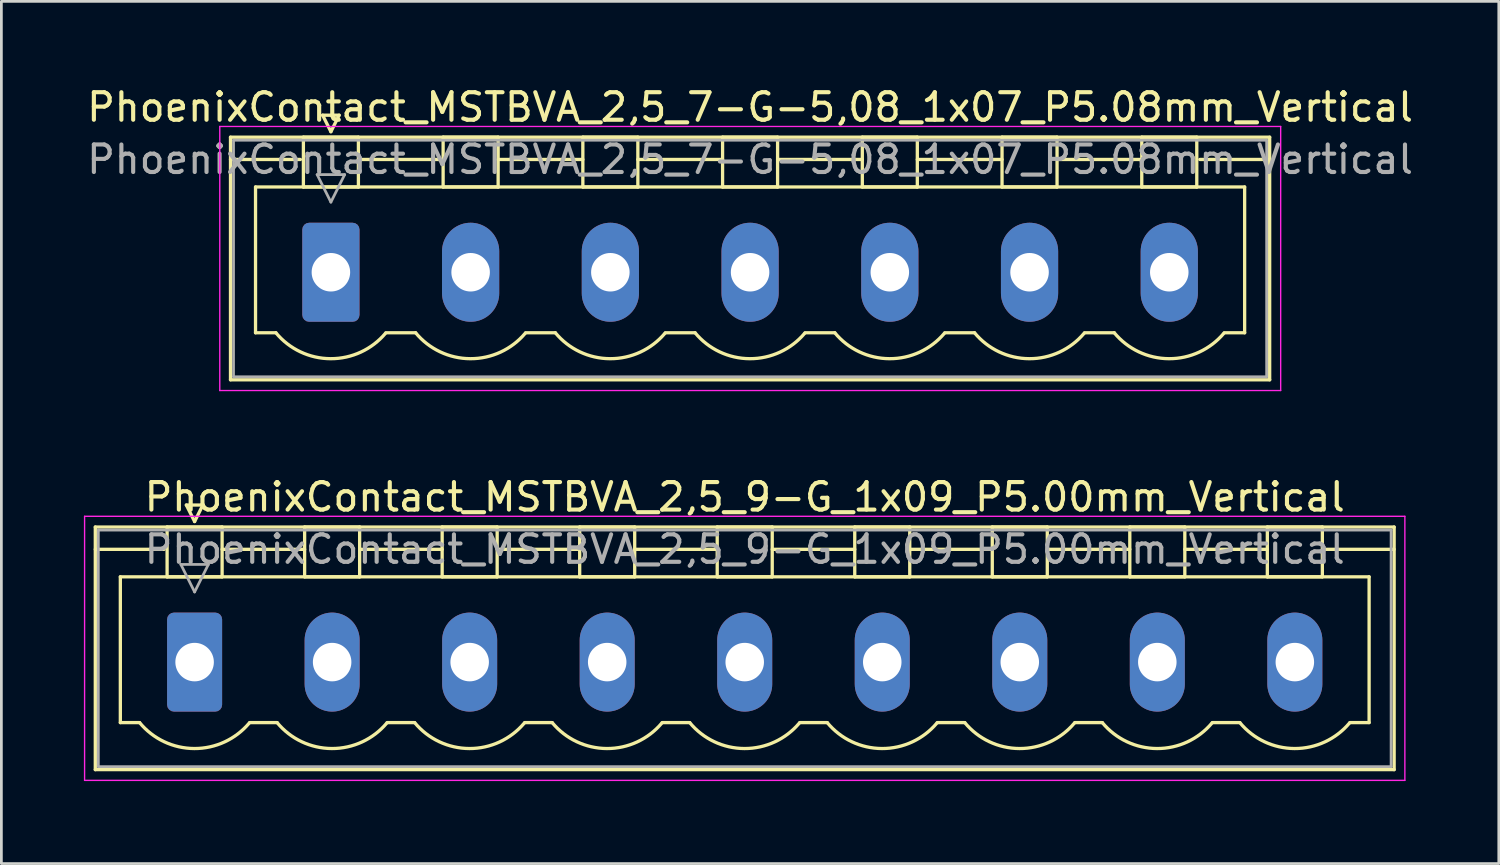
<source format=kicad_pcb>
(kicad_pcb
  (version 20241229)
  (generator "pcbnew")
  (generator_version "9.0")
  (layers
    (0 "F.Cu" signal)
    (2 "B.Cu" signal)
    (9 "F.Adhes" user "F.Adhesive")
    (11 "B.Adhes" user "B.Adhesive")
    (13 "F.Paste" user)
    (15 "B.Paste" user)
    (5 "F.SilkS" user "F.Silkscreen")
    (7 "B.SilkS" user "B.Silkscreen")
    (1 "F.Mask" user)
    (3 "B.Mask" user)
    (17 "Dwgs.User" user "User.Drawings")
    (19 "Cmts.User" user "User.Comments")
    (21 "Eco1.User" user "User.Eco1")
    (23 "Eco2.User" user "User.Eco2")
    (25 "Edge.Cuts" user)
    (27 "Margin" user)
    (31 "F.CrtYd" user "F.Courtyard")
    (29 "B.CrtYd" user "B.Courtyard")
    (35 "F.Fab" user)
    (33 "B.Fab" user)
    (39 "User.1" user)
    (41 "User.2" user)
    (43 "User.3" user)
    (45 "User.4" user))
  (footprint "PhoenixContact_MSTBVA_2,5_9-G_1x09_P5.00mm_Vertical"
    (layer "F.Cu")
    (at 4.025 21.021)
    (property "Reference" "PhoenixContact_MSTBVA_2,5_9-G_1x09_P5.00mm_Vertical" (at 20 -6 0) (layer "F.SilkS") (effects (font (size 1 1) (thickness 0.15))))
    (attr through_hole)
    (fp_line (start -3.61 -4.91) (end -3.61 3.91) (stroke (width 0.12) (type solid)) (layer "F.SilkS"))
    (fp_line (start -3.61 -4.1) (end -1.11 -4.1) (stroke (width 0.12) (type solid)) (layer "F.SilkS"))
    (fp_line (start -3.61 3.91) (end 43.61 3.91) (stroke (width 0.12) (type solid)) (layer "F.SilkS"))
    (fp_line (start -2.7 -3.1) (end 42.7 -3.1) (stroke (width 0.12) (type solid)) (layer "F.SilkS"))
    (fp_line (start -2.7 2.2) (end -2.7 -3.1) (stroke (width 0.12) (type solid)) (layer "F.SilkS"))
    (fp_line (start -2 2.2) (end -2.7 2.2) (stroke (width 0.12) (type solid)) (layer "F.SilkS"))
    (fp_line (start -1 -4.91) (end 1 -4.91) (stroke (width 0.12) (type solid)) (layer "F.SilkS"))
    (fp_line (start -1 -3.1) (end -1 -4.91) (stroke (width 0.12) (type solid)) (layer "F.SilkS"))
    (fp_line (start -0.3 -5.71) (end 0.3 -5.71) (stroke (width 0.12) (type solid)) (layer "F.SilkS"))
    (fp_line (start 0 -5.11) (end -0.3 -5.71) (stroke (width 0.12) (type solid)) (layer "F.SilkS"))
    (fp_line (start 0.3 -5.71) (end 0 -5.11) (stroke (width 0.12) (type solid)) (layer "F.SilkS"))
    (fp_line (start 1 -4.91) (end 1 -3.1) (stroke (width 0.12) (type solid)) (layer "F.SilkS"))
    (fp_line (start 1 -4.1) (end 4 -4.1) (stroke (width 0.12) (type solid)) (layer "F.SilkS"))
    (fp_line (start 1 -3.1) (end -1 -3.1) (stroke (width 0.12) (type solid)) (layer "F.SilkS"))
    (fp_line (start 2 2.2) (end 3 2.2) (stroke (width 0.12) (type solid)) (layer "F.SilkS"))
    (fp_line (start 4 -4.91) (end 6 -4.91) (stroke (width 0.12) (type solid)) (layer "F.SilkS"))
    (fp_line (start 4 -3.1) (end 4 -4.91) (stroke (width 0.12) (type solid)) (layer "F.SilkS"))
    (fp_line (start 6 -4.91) (end 6 -3.1) (stroke (width 0.12) (type solid)) (layer "F.SilkS"))
    (fp_line (start 6 -4.1) (end 9 -4.1) (stroke (width 0.12) (type solid)) (layer "F.SilkS"))
    (fp_line (start 6 -3.1) (end 4 -3.1) (stroke (width 0.12) (type solid)) (layer "F.SilkS"))
    (fp_line (start 7 2.2) (end 8 2.2) (stroke (width 0.12) (type solid)) (layer "F.SilkS"))
    (fp_line (start 9 -4.91) (end 11 -4.91) (stroke (width 0.12) (type solid)) (layer "F.SilkS"))
    (fp_line (start 9 -3.1) (end 9 -4.91) (stroke (width 0.12) (type solid)) (layer "F.SilkS"))
    (fp_line (start 11 -4.91) (end 11 -3.1) (stroke (width 0.12) (type solid)) (layer "F.SilkS"))
    (fp_line (start 11 -4.1) (end 14 -4.1) (stroke (width 0.12) (type solid)) (layer "F.SilkS"))
    (fp_line (start 11 -3.1) (end 9 -3.1) (stroke (width 0.12) (type solid)) (layer "F.SilkS"))
    (fp_line (start 12 2.2) (end 13 2.2) (stroke (width 0.12) (type solid)) (layer "F.SilkS"))
    (fp_line (start 14 -4.91) (end 16 -4.91) (stroke (width 0.12) (type solid)) (layer "F.SilkS"))
    (fp_line (start 14 -3.1) (end 14 -4.91) (stroke (width 0.12) (type solid)) (layer "F.SilkS"))
    (fp_line (start 16 -4.91) (end 16 -3.1) (stroke (width 0.12) (type solid)) (layer "F.SilkS"))
    (fp_line (start 16 -4.1) (end 19 -4.1) (stroke (width 0.12) (type solid)) (layer "F.SilkS"))
    (fp_line (start 16 -3.1) (end 14 -3.1) (stroke (width 0.12) (type solid)) (layer "F.SilkS"))
    (fp_line (start 17 2.2) (end 18 2.2) (stroke (width 0.12) (type solid)) (layer "F.SilkS"))
    (fp_line (start 19 -4.91) (end 21 -4.91) (stroke (width 0.12) (type solid)) (layer "F.SilkS"))
    (fp_line (start 19 -3.1) (end 19 -4.91) (stroke (width 0.12) (type solid)) (layer "F.SilkS"))
    (fp_line (start 21 -4.91) (end 21 -3.1) (stroke (width 0.12) (type solid)) (layer "F.SilkS"))
    (fp_line (start 21 -4.1) (end 24 -4.1) (stroke (width 0.12) (type solid)) (layer "F.SilkS"))
    (fp_line (start 21 -3.1) (end 19 -3.1) (stroke (width 0.12) (type solid)) (layer "F.SilkS"))
    (fp_line (start 22 2.2) (end 23 2.2) (stroke (width 0.12) (type solid)) (layer "F.SilkS"))
    (fp_line (start 24 -4.91) (end 26 -4.91) (stroke (width 0.12) (type solid)) (layer "F.SilkS"))
    (fp_line (start 24 -3.1) (end 24 -4.91) (stroke (width 0.12) (type solid)) (layer "F.SilkS"))
    (fp_line (start 26 -4.91) (end 26 -3.1) (stroke (width 0.12) (type solid)) (layer "F.SilkS"))
    (fp_line (start 26 -4.1) (end 29 -4.1) (stroke (width 0.12) (type solid)) (layer "F.SilkS"))
    (fp_line (start 26 -3.1) (end 24 -3.1) (stroke (width 0.12) (type solid)) (layer "F.SilkS"))
    (fp_line (start 27 2.2) (end 28 2.2) (stroke (width 0.12) (type solid)) (layer "F.SilkS"))
    (fp_line (start 29 -4.91) (end 31 -4.91) (stroke (width 0.12) (type solid)) (layer "F.SilkS"))
    (fp_line (start 29 -3.1) (end 29 -4.91) (stroke (width 0.12) (type solid)) (layer "F.SilkS"))
    (fp_line (start 31 -4.91) (end 31 -3.1) (stroke (width 0.12) (type solid)) (layer "F.SilkS"))
    (fp_line (start 31 -4.1) (end 34 -4.1) (stroke (width 0.12) (type solid)) (layer "F.SilkS"))
    (fp_line (start 31 -3.1) (end 29 -3.1) (stroke (width 0.12) (type solid)) (layer "F.SilkS"))
    (fp_line (start 32 2.2) (end 33 2.2) (stroke (width 0.12) (type solid)) (layer "F.SilkS"))
    (fp_line (start 34 -4.91) (end 36 -4.91) (stroke (width 0.12) (type solid)) (layer "F.SilkS"))
    (fp_line (start 34 -3.1) (end 34 -4.91) (stroke (width 0.12) (type solid)) (layer "F.SilkS"))
    (fp_line (start 36 -4.91) (end 36 -3.1) (stroke (width 0.12) (type solid)) (layer "F.SilkS"))
    (fp_line (start 36 -4.1) (end 39 -4.1) (stroke (width 0.12) (type solid)) (layer "F.SilkS"))
    (fp_line (start 36 -3.1) (end 34 -3.1) (stroke (width 0.12) (type solid)) (layer "F.SilkS"))
    (fp_line (start 37 2.2) (end 38 2.2) (stroke (width 0.12) (type solid)) (layer "F.SilkS"))
    (fp_line (start 39 -4.91) (end 41 -4.91) (stroke (width 0.12) (type solid)) (layer "F.SilkS"))
    (fp_line (start 39 -3.1) (end 39 -4.91) (stroke (width 0.12) (type solid)) (layer "F.SilkS"))
    (fp_line (start 41 -4.91) (end 41 -3.1) (stroke (width 0.12) (type solid)) (layer "F.SilkS"))
    (fp_line (start 41 -3.1) (end 39 -3.1) (stroke (width 0.12) (type solid)) (layer "F.SilkS"))
    (fp_line (start 42.7 -3.1) (end 42.7 2.2) (stroke (width 0.12) (type solid)) (layer "F.SilkS"))
    (fp_line (start 42.7 2.2) (end 42 2.2) (stroke (width 0.12) (type solid)) (layer "F.SilkS"))
    (fp_line (start 43.61 -4.91) (end -3.61 -4.91) (stroke (width 0.12) (type solid)) (layer "F.SilkS"))
    (fp_line (start 43.61 -4.1) (end 41.11 -4.1) (stroke (width 0.12) (type solid)) (layer "F.SilkS"))
    (fp_line (start 43.61 3.91) (end 43.61 -4.91) (stroke (width 0.12) (type solid)) (layer "F.SilkS"))
    (fp_arc (start 1.986842 2.215821) (mid -0.010289 3.142758) (end -2 2.2) (stroke (width 0.12) (type solid)) (layer "F.SilkS"))
    (fp_arc (start 6.986842 2.215821) (mid 4.989711 3.142758) (end 3 2.2) (stroke (width 0.12) (type solid)) (layer "F.SilkS"))
    (fp_arc (start 11.986842 2.215821) (mid 9.989711 3.142758) (end 8 2.2) (stroke (width 0.12) (type solid)) (layer "F.SilkS"))
    (fp_arc (start 16.986842 2.215821) (mid 14.989711 3.142758) (end 13 2.2) (stroke (width 0.12) (type solid)) (layer "F.SilkS"))
    (fp_arc (start 21.986842 2.215821) (mid 19.989711 3.142758) (end 18 2.2) (stroke (width 0.12) (type solid)) (layer "F.SilkS"))
    (fp_arc (start 26.986842 2.215821) (mid 24.989711 3.142758) (end 23 2.2) (stroke (width 0.12) (type solid)) (layer "F.SilkS"))
    (fp_arc (start 31.986842 2.215821) (mid 29.989711 3.142758) (end 28 2.2) (stroke (width 0.12) (type solid)) (layer "F.SilkS"))
    (fp_arc (start 36.986842 2.215821) (mid 34.989711 3.142758) (end 33 2.2) (stroke (width 0.12) (type solid)) (layer "F.SilkS"))
    (fp_arc (start 41.986842 2.215821) (mid 39.989711 3.142758) (end 38 2.2) (stroke (width 0.12) (type solid)) (layer "F.SilkS"))
    (fp_line (start -4 -5.3) (end -4 4.3) (stroke (width 0.05) (type solid)) (layer "F.CrtYd"))
    (fp_line (start -4 4.3) (end 44 4.3) (stroke (width 0.05) (type solid)) (layer "F.CrtYd"))
    (fp_line (start 44 -5.3) (end -4 -5.3) (stroke (width 0.05) (type solid)) (layer "F.CrtYd"))
    (fp_line (start 44 4.3) (end 44 -5.3) (stroke (width 0.05) (type solid)) (layer "F.CrtYd"))
    (fp_line (start -3.5 -4.8) (end -3.5 3.8) (stroke (width 0.1) (type solid)) (layer "F.Fab"))
    (fp_line (start -3.5 3.8) (end 43.5 3.8) (stroke (width 0.1) (type solid)) (layer "F.Fab"))
    (fp_line (start -0.5 -3.55) (end 0.5 -3.55) (stroke (width 0.1) (type solid)) (layer "F.Fab"))
    (fp_line (start 0 -2.55) (end -0.5 -3.55) (stroke (width 0.1) (type solid)) (layer "F.Fab"))
    (fp_line (start 0.5 -3.55) (end 0 -2.55) (stroke (width 0.1) (type solid)) (layer "F.Fab"))
    (fp_line (start 43.5 -4.8) (end -3.5 -4.8) (stroke (width 0.1) (type solid)) (layer "F.Fab"))
    (fp_line (start 43.5 3.8) (end 43.5 -4.8) (stroke (width 0.1) (type solid)) (layer "F.Fab"))
    (fp_text user "${REFERENCE}" (at 20 -4.1 0) (layer "F.Fab") (effects (font (size 1 1) (thickness 0.15))))
    (pad "1" thru_hole roundrect (at 0 0) (size 2 3.6) (drill 1.4) (layers "*.Cu" "*.Mask") (roundrect_rratio 0.125))
    (pad "2" thru_hole oval (at 5 0) (size 2 3.6) (drill 1.4) (layers "*.Cu" "*.Mask"))
    (pad "3" thru_hole oval (at 10 0) (size 2 3.6) (drill 1.4) (layers "*.Cu" "*.Mask"))
    (pad "4" thru_hole oval (at 15 0) (size 2 3.6) (drill 1.4) (layers "*.Cu" "*.Mask"))
    (pad "5" thru_hole oval (at 20 0) (size 2 3.6) (drill 1.4) (layers "*.Cu" "*.Mask"))
    (pad "6" thru_hole oval (at 25 0) (size 2 3.6) (drill 1.4) (layers "*.Cu" "*.Mask"))
    (pad "7" thru_hole oval (at 30 0) (size 2 3.6) (drill 1.4) (layers "*.Cu" "*.Mask"))
    (pad "8" thru_hole oval (at 35 0) (size 2 3.6) (drill 1.4) (layers "*.Cu" "*.Mask"))
    (pad "9" thru_hole oval (at 40 0) (size 2 3.6) (drill 1.4) (layers "*.Cu" "*.Mask")))
  (footprint "PhoenixContact_MSTBVA_2,5_7-G-5,08_1x07_P5.08mm_Vertical"
    (layer "F.Cu")
    (at 8.98 6.848)
    (property "Reference" "PhoenixContact_MSTBVA_2,5_7-G-5,08_1x07_P5.08mm_Vertical" (at 15.24 -6 0) (layer "F.SilkS") (effects (font (size 1 1) (thickness 0.15))))
    (attr through_hole)
    (fp_line (start -3.65 -4.91) (end -3.65 3.91) (stroke (width 0.12) (type solid)) (layer "F.SilkS"))
    (fp_line (start -3.65 -4.1) (end -1.11 -4.1) (stroke (width 0.12) (type solid)) (layer "F.SilkS"))
    (fp_line (start -3.65 3.91) (end 34.13 3.91) (stroke (width 0.12) (type solid)) (layer "F.SilkS"))
    (fp_line (start -2.74 -3.1) (end 33.22 -3.1) (stroke (width 0.12) (type solid)) (layer "F.SilkS"))
    (fp_line (start -2.74 2.2) (end -2.74 -3.1) (stroke (width 0.12) (type solid)) (layer "F.SilkS"))
    (fp_line (start -2 2.2) (end -2.74 2.2) (stroke (width 0.12) (type solid)) (layer "F.SilkS"))
    (fp_line (start -1 -4.91) (end 1 -4.91) (stroke (width 0.12) (type solid)) (layer "F.SilkS"))
    (fp_line (start -1 -3.1) (end -1 -4.91) (stroke (width 0.12) (type solid)) (layer "F.SilkS"))
    (fp_line (start -0.3 -5.71) (end 0.3 -5.71) (stroke (width 0.12) (type solid)) (layer "F.SilkS"))
    (fp_line (start 0 -5.11) (end -0.3 -5.71) (stroke (width 0.12) (type solid)) (layer "F.SilkS"))
    (fp_line (start 0.3 -5.71) (end 0 -5.11) (stroke (width 0.12) (type solid)) (layer "F.SilkS"))
    (fp_line (start 1 -4.91) (end 1 -3.1) (stroke (width 0.12) (type solid)) (layer "F.SilkS"))
    (fp_line (start 1 -4.1) (end 4.08 -4.1) (stroke (width 0.12) (type solid)) (layer "F.SilkS"))
    (fp_line (start 1 -3.1) (end -1 -3.1) (stroke (width 0.12) (type solid)) (layer "F.SilkS"))
    (fp_line (start 2 2.2) (end 3.08 2.2) (stroke (width 0.12) (type solid)) (layer "F.SilkS"))
    (fp_line (start 4.08 -4.91) (end 6.08 -4.91) (stroke (width 0.12) (type solid)) (layer "F.SilkS"))
    (fp_line (start 4.08 -3.1) (end 4.08 -4.91) (stroke (width 0.12) (type solid)) (layer "F.SilkS"))
    (fp_line (start 6.08 -4.91) (end 6.08 -3.1) (stroke (width 0.12) (type solid)) (layer "F.SilkS"))
    (fp_line (start 6.08 -4.1) (end 9.16 -4.1) (stroke (width 0.12) (type solid)) (layer "F.SilkS"))
    (fp_line (start 6.08 -3.1) (end 4.08 -3.1) (stroke (width 0.12) (type solid)) (layer "F.SilkS"))
    (fp_line (start 7.08 2.2) (end 8.16 2.2) (stroke (width 0.12) (type solid)) (layer "F.SilkS"))
    (fp_line (start 9.16 -4.91) (end 11.16 -4.91) (stroke (width 0.12) (type solid)) (layer "F.SilkS"))
    (fp_line (start 9.16 -3.1) (end 9.16 -4.91) (stroke (width 0.12) (type solid)) (layer "F.SilkS"))
    (fp_line (start 11.16 -4.91) (end 11.16 -3.1) (stroke (width 0.12) (type solid)) (layer "F.SilkS"))
    (fp_line (start 11.16 -4.1) (end 14.24 -4.1) (stroke (width 0.12) (type solid)) (layer "F.SilkS"))
    (fp_line (start 11.16 -3.1) (end 9.16 -3.1) (stroke (width 0.12) (type solid)) (layer "F.SilkS"))
    (fp_line (start 12.16 2.2) (end 13.24 2.2) (stroke (width 0.12) (type solid)) (layer "F.SilkS"))
    (fp_line (start 14.24 -4.91) (end 16.24 -4.91) (stroke (width 0.12) (type solid)) (layer "F.SilkS"))
    (fp_line (start 14.24 -3.1) (end 14.24 -4.91) (stroke (width 0.12) (type solid)) (layer "F.SilkS"))
    (fp_line (start 16.24 -4.91) (end 16.24 -3.1) (stroke (width 0.12) (type solid)) (layer "F.SilkS"))
    (fp_line (start 16.24 -4.1) (end 19.32 -4.1) (stroke (width 0.12) (type solid)) (layer "F.SilkS"))
    (fp_line (start 16.24 -3.1) (end 14.24 -3.1) (stroke (width 0.12) (type solid)) (layer "F.SilkS"))
    (fp_line (start 17.24 2.2) (end 18.32 2.2) (stroke (width 0.12) (type solid)) (layer "F.SilkS"))
    (fp_line (start 19.32 -4.91) (end 21.32 -4.91) (stroke (width 0.12) (type solid)) (layer "F.SilkS"))
    (fp_line (start 19.32 -3.1) (end 19.32 -4.91) (stroke (width 0.12) (type solid)) (layer "F.SilkS"))
    (fp_line (start 21.32 -4.91) (end 21.32 -3.1) (stroke (width 0.12) (type solid)) (layer "F.SilkS"))
    (fp_line (start 21.32 -4.1) (end 24.4 -4.1) (stroke (width 0.12) (type solid)) (layer "F.SilkS"))
    (fp_line (start 21.32 -3.1) (end 19.32 -3.1) (stroke (width 0.12) (type solid)) (layer "F.SilkS"))
    (fp_line (start 22.32 2.2) (end 23.4 2.2) (stroke (width 0.12) (type solid)) (layer "F.SilkS"))
    (fp_line (start 24.4 -4.91) (end 26.4 -4.91) (stroke (width 0.12) (type solid)) (layer "F.SilkS"))
    (fp_line (start 24.4 -3.1) (end 24.4 -4.91) (stroke (width 0.12) (type solid)) (layer "F.SilkS"))
    (fp_line (start 26.4 -4.91) (end 26.4 -3.1) (stroke (width 0.12) (type solid)) (layer "F.SilkS"))
    (fp_line (start 26.4 -4.1) (end 29.48 -4.1) (stroke (width 0.12) (type solid)) (layer "F.SilkS"))
    (fp_line (start 26.4 -3.1) (end 24.4 -3.1) (stroke (width 0.12) (type solid)) (layer "F.SilkS"))
    (fp_line (start 27.4 2.2) (end 28.48 2.2) (stroke (width 0.12) (type solid)) (layer "F.SilkS"))
    (fp_line (start 29.48 -4.91) (end 31.48 -4.91) (stroke (width 0.12) (type solid)) (layer "F.SilkS"))
    (fp_line (start 29.48 -3.1) (end 29.48 -4.91) (stroke (width 0.12) (type solid)) (layer "F.SilkS"))
    (fp_line (start 31.48 -4.91) (end 31.48 -3.1) (stroke (width 0.12) (type solid)) (layer "F.SilkS"))
    (fp_line (start 31.48 -3.1) (end 29.48 -3.1) (stroke (width 0.12) (type solid)) (layer "F.SilkS"))
    (fp_line (start 33.22 -3.1) (end 33.22 2.2) (stroke (width 0.12) (type solid)) (layer "F.SilkS"))
    (fp_line (start 33.22 2.2) (end 32.48 2.2) (stroke (width 0.12) (type solid)) (layer "F.SilkS"))
    (fp_line (start 34.13 -4.91) (end -3.65 -4.91) (stroke (width 0.12) (type solid)) (layer "F.SilkS"))
    (fp_line (start 34.13 -4.1) (end 31.59 -4.1) (stroke (width 0.12) (type solid)) (layer "F.SilkS"))
    (fp_line (start 34.13 3.91) (end 34.13 -4.91) (stroke (width 0.12) (type solid)) (layer "F.SilkS"))
    (fp_arc (start 1.986842 2.215821) (mid -0.010289 3.142758) (end -2 2.2) (stroke (width 0.12) (type solid)) (layer "F.SilkS"))
    (fp_arc (start 7.066842 2.215821) (mid 5.069711 3.142758) (end 3.08 2.2) (stroke (width 0.12) (type solid)) (layer "F.SilkS"))
    (fp_arc (start 12.146842 2.215821) (mid 10.149711 3.142758) (end 8.16 2.2) (stroke (width 0.12) (type solid)) (layer "F.SilkS"))
    (fp_arc (start 17.226842 2.215821) (mid 15.229711 3.142758) (end 13.24 2.2) (stroke (width 0.12) (type solid)) (layer "F.SilkS"))
    (fp_arc (start 22.306842 2.215821) (mid 20.309711 3.142758) (end 18.32 2.2) (stroke (width 0.12) (type solid)) (layer "F.SilkS"))
    (fp_arc (start 27.386842 2.215821) (mid 25.389711 3.142758) (end 23.4 2.2) (stroke (width 0.12) (type solid)) (layer "F.SilkS"))
    (fp_arc (start 32.466842 2.215821) (mid 30.469711 3.142758) (end 28.48 2.2) (stroke (width 0.12) (type solid)) (layer "F.SilkS"))
    (fp_line (start -4.04 -5.3) (end -4.04 4.3) (stroke (width 0.05) (type solid)) (layer "F.CrtYd"))
    (fp_line (start -4.04 4.3) (end 34.53 4.3) (stroke (width 0.05) (type solid)) (layer "F.CrtYd"))
    (fp_line (start 34.53 -5.3) (end -4.04 -5.3) (stroke (width 0.05) (type solid)) (layer "F.CrtYd"))
    (fp_line (start 34.53 4.3) (end 34.53 -5.3) (stroke (width 0.05) (type solid)) (layer "F.CrtYd"))
    (fp_line (start -3.54 -4.8) (end -3.54 3.8) (stroke (width 0.1) (type solid)) (layer "F.Fab"))
    (fp_line (start -3.54 3.8) (end 34.02 3.8) (stroke (width 0.1) (type solid)) (layer "F.Fab"))
    (fp_line (start -0.5 -3.55) (end 0.5 -3.55) (stroke (width 0.1) (type solid)) (layer "F.Fab"))
    (fp_line (start 0 -2.55) (end -0.5 -3.55) (stroke (width 0.1) (type solid)) (layer "F.Fab"))
    (fp_line (start 0.5 -3.55) (end 0 -2.55) (stroke (width 0.1) (type solid)) (layer "F.Fab"))
    (fp_line (start 34.02 -4.8) (end -3.54 -4.8) (stroke (width 0.1) (type solid)) (layer "F.Fab"))
    (fp_line (start 34.02 3.8) (end 34.02 -4.8) (stroke (width 0.1) (type solid)) (layer "F.Fab"))
    (fp_text user "${REFERENCE}" (at 15.24 -4.1 0) (layer "F.Fab") (effects (font (size 1 1) (thickness 0.15))))
    (pad "1" thru_hole roundrect (at 0 0) (size 2.08 3.6) (drill 1.4) (layers "*.Cu" "*.Mask") (roundrect_rratio 0.12))
    (pad "2" thru_hole oval (at 5.08 0) (size 2.08 3.6) (drill 1.4) (layers "*.Cu" "*.Mask"))
    (pad "3" thru_hole oval (at 10.16 0) (size 2.08 3.6) (drill 1.4) (layers "*.Cu" "*.Mask"))
    (pad "4" thru_hole oval (at 15.24 0) (size 2.08 3.6) (drill 1.4) (layers "*.Cu" "*.Mask"))
    (pad "5" thru_hole oval (at 20.32 0) (size 2.08 3.6) (drill 1.4) (layers "*.Cu" "*.Mask"))
    (pad "6" thru_hole oval (at 25.4 0) (size 2.08 3.6) (drill 1.4) (layers "*.Cu" "*.Mask"))
    (pad "7" thru_hole oval (at 30.48 0) (size 2.08 3.6) (drill 1.4) (layers "*.Cu" "*.Mask")))
  (gr_rect
    (start -3 -3)
    (end 51.44 28.346)
    (stroke (width 0.1) (type default))
    (fill no)
    (layer "Edge.Cuts")))
</source>
